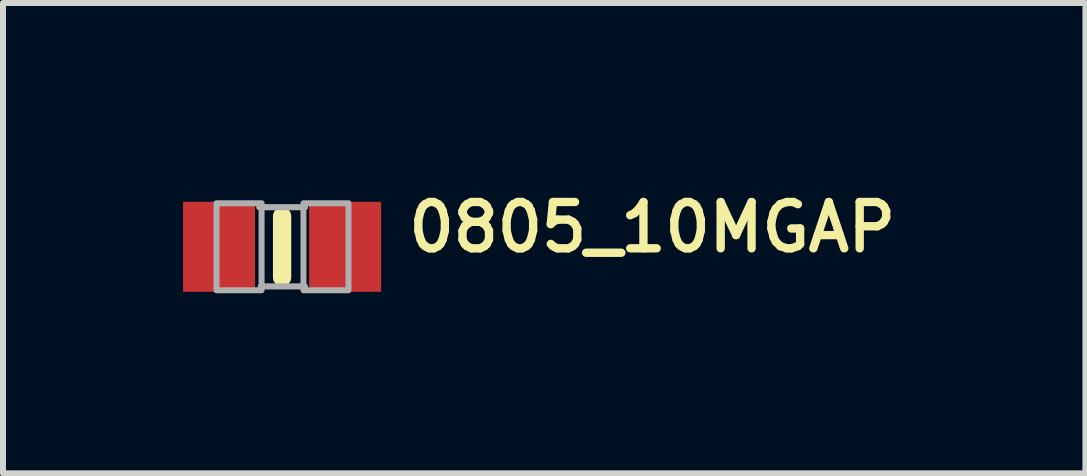
<source format=kicad_pcb>
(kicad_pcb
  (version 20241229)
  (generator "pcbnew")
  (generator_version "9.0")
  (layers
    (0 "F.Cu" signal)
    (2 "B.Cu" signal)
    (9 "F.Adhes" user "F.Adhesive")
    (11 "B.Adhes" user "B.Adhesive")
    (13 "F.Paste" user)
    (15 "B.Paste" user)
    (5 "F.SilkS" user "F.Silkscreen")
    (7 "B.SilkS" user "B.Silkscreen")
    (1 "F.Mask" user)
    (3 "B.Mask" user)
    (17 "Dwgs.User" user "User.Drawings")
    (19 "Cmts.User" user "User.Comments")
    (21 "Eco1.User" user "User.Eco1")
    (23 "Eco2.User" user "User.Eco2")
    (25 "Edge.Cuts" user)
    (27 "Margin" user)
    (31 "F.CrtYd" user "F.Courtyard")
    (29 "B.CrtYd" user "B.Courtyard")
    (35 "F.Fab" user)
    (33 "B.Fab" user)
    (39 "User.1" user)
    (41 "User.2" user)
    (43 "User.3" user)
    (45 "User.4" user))
  (footprint "0805_10MGAP"
    (layer "F.Cu")
    (at 1.65 1.062)
    (property "Reference" "0805_10MGAP" (at 2.032 0.127 180) (layer "F.SilkS") (effects (font (size 0.772 0.772) (thickness 0.139)) (justify left bottom)))
    (attr through_hole)
    (fp_line (start 0 -0.508) (end 0 0.508) (stroke (width 0.305) (type solid)) (layer "F.SilkS"))
    (fp_line (start -0.381 -0.66) (end 0.381 -0.66) (stroke (width 0.102) (type solid)) (layer "F.Fab"))
    (fp_line (start -0.356 0.66) (end 0.381 0.66) (stroke (width 0.102) (type solid)) (layer "F.Fab"))
    (fp_poly (pts (xy -1.092 0.724) (xy -0.342 0.724) (xy -0.342 -0.726) (xy -1.092 -0.726)) (stroke (width 0.1) (type solid)) (fill no) (layer "F.Fab"))
    (fp_poly (pts (xy 0.356 0.724) (xy 1.106 0.724) (xy 1.106 -0.726) (xy 0.356 -0.726)) (stroke (width 0.1) (type solid)) (fill no) (layer "F.Fab"))
    (pad "1" smd rect (at -1.05 0) (size 1.2 1.5) (layers "F.Cu" "F.Mask" "F.Paste"))
    (pad "2" smd rect (at 1.05 0) (size 1.2 1.5) (layers "F.Cu" "F.Mask" "F.Paste")))
  (gr_rect
    (start -3 -3)
    (end 15.034 4.836)
    (stroke (width 0.1) (type default))
    (fill no)
    (layer "Edge.Cuts")))
</source>
